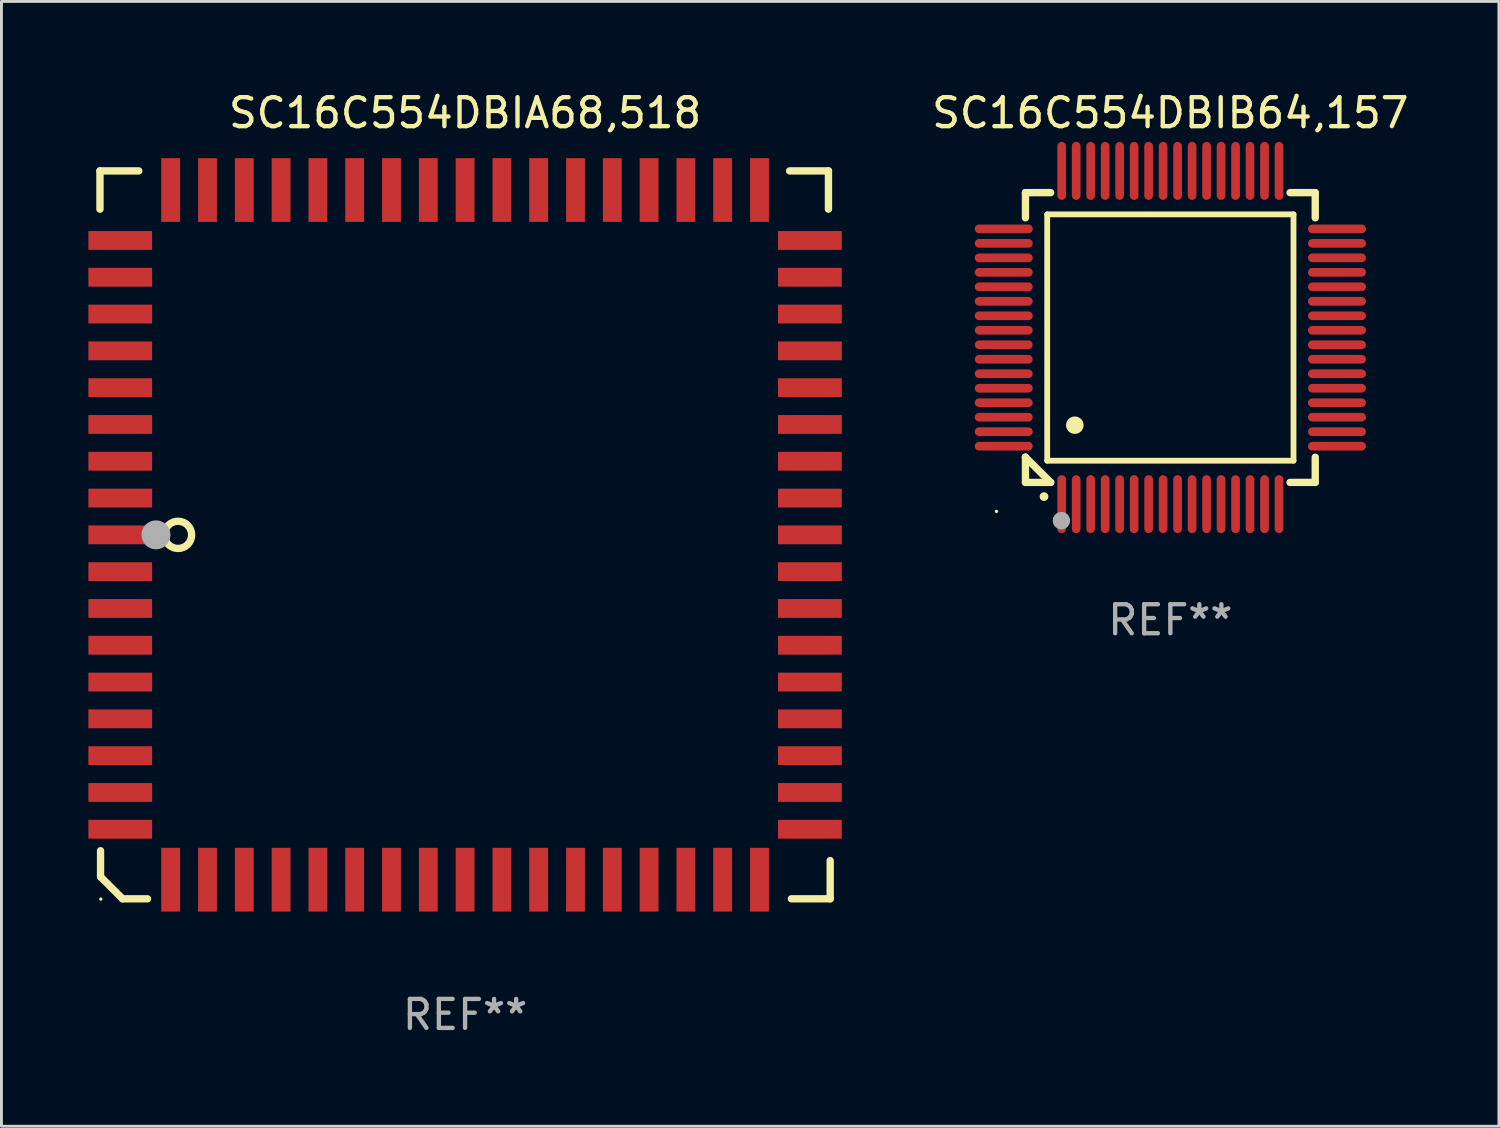
<source format=kicad_pcb>
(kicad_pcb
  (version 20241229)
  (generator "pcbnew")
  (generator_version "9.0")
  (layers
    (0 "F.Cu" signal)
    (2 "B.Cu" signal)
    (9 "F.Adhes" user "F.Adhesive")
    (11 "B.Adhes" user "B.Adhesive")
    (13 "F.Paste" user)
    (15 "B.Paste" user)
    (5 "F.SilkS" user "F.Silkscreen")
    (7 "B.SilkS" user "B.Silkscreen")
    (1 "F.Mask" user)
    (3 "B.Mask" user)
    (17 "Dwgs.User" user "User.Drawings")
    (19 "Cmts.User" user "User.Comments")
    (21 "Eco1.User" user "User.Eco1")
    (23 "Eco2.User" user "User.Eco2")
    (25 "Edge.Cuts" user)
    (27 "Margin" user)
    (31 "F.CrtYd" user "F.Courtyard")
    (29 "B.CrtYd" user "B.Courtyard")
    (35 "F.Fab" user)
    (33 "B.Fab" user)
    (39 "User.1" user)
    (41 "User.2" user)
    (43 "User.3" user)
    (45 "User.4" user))
  (footprint "SC16C554DBIB64,157"
    (layer "F.Cu")
    (at 37.339 8.598)
    (property "Reference" "SC16C554DBIB64,157" (at 0 -7.75 0) (layer "F.SilkS") (effects (font (size 1 1) (thickness 0.15))))
    (attr through_hole)
    (fp_line (start -5 -5) (end -4.131 -5) (stroke (width 0.254) (type solid)) (layer "F.SilkS"))
    (fp_line (start -5 -4.131) (end -5 -5) (stroke (width 0.254) (type solid)) (layer "F.SilkS"))
    (fp_line (start -5 4.131) (end -5 4.131) (stroke (width 0.254) (type solid)) (layer "F.SilkS"))
    (fp_line (start -5 5) (end -5 4.131) (stroke (width 0.254) (type solid)) (layer "F.SilkS"))
    (fp_line (start -5 4.131) (end -4.131 5) (stroke (width 0.254) (type solid)) (layer "F.SilkS"))
    (fp_line (start -4.25 -4.25) (end -4.25 4.25) (stroke (width 0.2) (type solid)) (layer "F.SilkS"))
    (fp_line (start -4.25 4.25) (end 4.25 4.25) (stroke (width 0.2) (type solid)) (layer "F.SilkS"))
    (fp_line (start -4.131 5) (end -5 5) (stroke (width 0.254) (type solid)) (layer "F.SilkS"))
    (fp_line (start 4.25 -4.25) (end -4.25 -4.25) (stroke (width 0.2) (type solid)) (layer "F.SilkS"))
    (fp_line (start 4.25 4.25) (end 4.25 -4.25) (stroke (width 0.2) (type solid)) (layer "F.SilkS"))
    (fp_line (start 5 -5) (end 4.131 -5) (stroke (width 0.254) (type solid)) (layer "F.SilkS"))
    (fp_line (start 5 -5) (end 5 -4.131) (stroke (width 0.254) (type solid)) (layer "F.SilkS"))
    (fp_line (start 5 4.131) (end 5 5) (stroke (width 0.254) (type solid)) (layer "F.SilkS"))
    (fp_line (start 5 5) (end 4.131 5) (stroke (width 0.254) (type solid)) (layer "F.SilkS"))
    (fp_arc (start -4.361265 5.489992) (mid -4.359995 5.489987) (end -4.358725 5.489992) (stroke (width 0.3) (type solid)) (layer "F.SilkS"))
    (fp_arc (start -3.299467 3.025146) (mid -3.296927 3.025135) (end -3.294387 3.025146) (stroke (width 0.6) (type solid)) (layer "F.SilkS"))
    (fp_circle (center -6 6) (end -5.97 6) (stroke (width 0.06) (type solid)) (fill no) (layer "F.SilkS"))
    (fp_circle (center -3.76 6.32) (end -3.61 6.32) (stroke (width 0.3) (type solid)) (fill no) (layer "F.Fab"))
    (fp_text user "REF**" (at 0 9.75 0) (layer "F.Fab") (effects (font (size 1 1) (thickness 0.15))))
    (pad "1" smd oval (at -3.75 5.75) (size 0.3 2) (layers "F.Cu" "F.Mask" "F.Paste"))
    (pad "2" smd oval (at -3.25 5.75) (size 0.3 2) (layers "F.Cu" "F.Mask" "F.Paste"))
    (pad "3" smd oval (at -2.75 5.75) (size 0.3 2) (layers "F.Cu" "F.Mask" "F.Paste"))
    (pad "4" smd oval (at -2.25 5.75) (size 0.3 2) (layers "F.Cu" "F.Mask" "F.Paste"))
    (pad "5" smd oval (at -1.75 5.75) (size 0.3 2) (layers "F.Cu" "F.Mask" "F.Paste"))
    (pad "6" smd oval (at -1.25 5.75) (size 0.3 2) (layers "F.Cu" "F.Mask" "F.Paste"))
    (pad "7" smd oval (at -0.75 5.75) (size 0.3 2) (layers "F.Cu" "F.Mask" "F.Paste"))
    (pad "8" smd oval (at -0.25 5.75) (size 0.3 2) (layers "F.Cu" "F.Mask" "F.Paste"))
    (pad "9" smd oval (at 0.25 5.75) (size 0.3 2) (layers "F.Cu" "F.Mask" "F.Paste"))
    (pad "10" smd oval (at 0.75 5.75) (size 0.3 2) (layers "F.Cu" "F.Mask" "F.Paste"))
    (pad "11" smd oval (at 1.25 5.75) (size 0.3 2) (layers "F.Cu" "F.Mask" "F.Paste"))
    (pad "12" smd oval (at 1.75 5.75) (size 0.3 2) (layers "F.Cu" "F.Mask" "F.Paste"))
    (pad "13" smd oval (at 2.25 5.75) (size 0.3 2) (layers "F.Cu" "F.Mask" "F.Paste"))
    (pad "14" smd oval (at 2.75 5.75) (size 0.3 2) (layers "F.Cu" "F.Mask" "F.Paste"))
    (pad "15" smd oval (at 3.25 5.75) (size 0.3 2) (layers "F.Cu" "F.Mask" "F.Paste"))
    (pad "16" smd oval (at 3.75 5.75) (size 0.3 2) (layers "F.Cu" "F.Mask" "F.Paste"))
    (pad "17" smd oval (at 5.75 3.75) (size 2 0.3) (layers "F.Cu" "F.Mask" "F.Paste"))
    (pad "18" smd oval (at 5.75 3.25) (size 2 0.3) (layers "F.Cu" "F.Mask" "F.Paste"))
    (pad "19" smd oval (at 5.75 2.75) (size 2 0.3) (layers "F.Cu" "F.Mask" "F.Paste"))
    (pad "20" smd oval (at 5.75 2.25) (size 2 0.3) (layers "F.Cu" "F.Mask" "F.Paste"))
    (pad "21" smd oval (at 5.75 1.75) (size 2 0.3) (layers "F.Cu" "F.Mask" "F.Paste"))
    (pad "22" smd oval (at 5.75 1.25) (size 2 0.3) (layers "F.Cu" "F.Mask" "F.Paste"))
    (pad "23" smd oval (at 5.75 0.75) (size 2 0.3) (layers "F.Cu" "F.Mask" "F.Paste"))
    (pad "24" smd oval (at 5.75 0.25) (size 2 0.3) (layers "F.Cu" "F.Mask" "F.Paste"))
    (pad "25" smd oval (at 5.75 -0.25) (size 2 0.3) (layers "F.Cu" "F.Mask" "F.Paste"))
    (pad "26" smd oval (at 5.75 -0.75) (size 2 0.3) (layers "F.Cu" "F.Mask" "F.Paste"))
    (pad "27" smd oval (at 5.75 -1.25) (size 2 0.3) (layers "F.Cu" "F.Mask" "F.Paste"))
    (pad "28" smd oval (at 5.75 -1.75) (size 2 0.3) (layers "F.Cu" "F.Mask" "F.Paste"))
    (pad "29" smd oval (at 5.75 -2.25) (size 2 0.3) (layers "F.Cu" "F.Mask" "F.Paste"))
    (pad "30" smd oval (at 5.75 -2.75) (size 2 0.3) (layers "F.Cu" "F.Mask" "F.Paste"))
    (pad "31" smd oval (at 5.75 -3.25) (size 2 0.3) (layers "F.Cu" "F.Mask" "F.Paste"))
    (pad "32" smd oval (at 5.75 -3.75) (size 2 0.3) (layers "F.Cu" "F.Mask" "F.Paste"))
    (pad "33" smd oval (at 3.75 -5.75) (size 0.3 2) (layers "F.Cu" "F.Mask" "F.Paste"))
    (pad "34" smd oval (at 3.25 -5.75) (size 0.3 2) (layers "F.Cu" "F.Mask" "F.Paste"))
    (pad "35" smd oval (at 2.75 -5.75) (size 0.3 2) (layers "F.Cu" "F.Mask" "F.Paste"))
    (pad "36" smd oval (at 2.25 -5.75) (size 0.3 2) (layers "F.Cu" "F.Mask" "F.Paste"))
    (pad "37" smd oval (at 1.75 -5.75) (size 0.3 2) (layers "F.Cu" "F.Mask" "F.Paste"))
    (pad "38" smd oval (at 1.25 -5.75) (size 0.3 2) (layers "F.Cu" "F.Mask" "F.Paste"))
    (pad "39" smd oval (at 0.75 -5.75) (size 0.3 2) (layers "F.Cu" "F.Mask" "F.Paste"))
    (pad "40" smd oval (at 0.25 -5.75) (size 0.3 2) (layers "F.Cu" "F.Mask" "F.Paste"))
    (pad "41" smd oval (at -0.25 -5.75) (size 0.3 2) (layers "F.Cu" "F.Mask" "F.Paste"))
    (pad "42" smd oval (at -0.75 -5.75) (size 0.3 2) (layers "F.Cu" "F.Mask" "F.Paste"))
    (pad "43" smd oval (at -1.25 -5.75) (size 0.3 2) (layers "F.Cu" "F.Mask" "F.Paste"))
    (pad "44" smd oval (at -1.75 -5.75) (size 0.3 2) (layers "F.Cu" "F.Mask" "F.Paste"))
    (pad "45" smd oval (at -2.25 -5.75) (size 0.3 2) (layers "F.Cu" "F.Mask" "F.Paste"))
    (pad "46" smd oval (at -2.75 -5.75) (size 0.3 2) (layers "F.Cu" "F.Mask" "F.Paste"))
    (pad "47" smd oval (at -3.25 -5.75) (size 0.3 2) (layers "F.Cu" "F.Mask" "F.Paste"))
    (pad "48" smd oval (at -3.75 -5.75) (size 0.3 2) (layers "F.Cu" "F.Mask" "F.Paste"))
    (pad "49" smd oval (at -5.75 -3.75) (size 2 0.3) (layers "F.Cu" "F.Mask" "F.Paste"))
    (pad "50" smd oval (at -5.75 -3.25) (size 2 0.3) (layers "F.Cu" "F.Mask" "F.Paste"))
    (pad "51" smd oval (at -5.75 -2.75) (size 2 0.3) (layers "F.Cu" "F.Mask" "F.Paste"))
    (pad "52" smd oval (at -5.75 -2.25) (size 2 0.3) (layers "F.Cu" "F.Mask" "F.Paste"))
    (pad "53" smd oval (at -5.75 -1.75) (size 2 0.3) (layers "F.Cu" "F.Mask" "F.Paste"))
    (pad "54" smd oval (at -5.75 -1.25) (size 2 0.3) (layers "F.Cu" "F.Mask" "F.Paste"))
    (pad "55" smd oval (at -5.75 -0.75) (size 2 0.3) (layers "F.Cu" "F.Mask" "F.Paste"))
    (pad "56" smd oval (at -5.75 -0.25) (size 2 0.3) (layers "F.Cu" "F.Mask" "F.Paste"))
    (pad "57" smd oval (at -5.75 0.25) (size 2 0.3) (layers "F.Cu" "F.Mask" "F.Paste"))
    (pad "58" smd oval (at -5.75 0.75) (size 2 0.3) (layers "F.Cu" "F.Mask" "F.Paste"))
    (pad "59" smd oval (at -5.75 1.25) (size 2 0.3) (layers "F.Cu" "F.Mask" "F.Paste"))
    (pad "60" smd oval (at -5.75 1.75) (size 2 0.3) (layers "F.Cu" "F.Mask" "F.Paste"))
    (pad "61" smd oval (at -5.75 2.25) (size 2 0.3) (layers "F.Cu" "F.Mask" "F.Paste"))
    (pad "62" smd oval (at -5.75 2.75) (size 2 0.3) (layers "F.Cu" "F.Mask" "F.Paste"))
    (pad "63" smd oval (at -5.75 3.25) (size 2 0.3) (layers "F.Cu" "F.Mask" "F.Paste"))
    (pad "64" smd oval (at -5.75 3.75) (size 2 0.3) (layers "F.Cu" "F.Mask" "F.Paste")))
  (footprint "SC16C554DBIA68,518"
    (layer "F.Cu")
    (at 13 15.408)
    (property "Reference" "SC16C554DBIA68,518" (at 0 -14.56 0) (layer "F.SilkS") (effects (font (size 1 1) (thickness 0.15))))
    (attr through_hole)
    (fp_line (start -12.6 -12.56) (end -12.6 -11.24) (stroke (width 0.254) (type solid)) (layer "F.SilkS"))
    (fp_line (start -12.58 10.9) (end -12.58 11.8) (stroke (width 0.254) (type solid)) (layer "F.SilkS"))
    (fp_line (start -12.58 11.8) (end -11.82 12.56) (stroke (width 0.254) (type solid)) (layer "F.SilkS"))
    (fp_line (start -11.82 12.56) (end -10.96 12.56) (stroke (width 0.254) (type solid)) (layer "F.SilkS"))
    (fp_line (start -11.26 -12.56) (end -12.6 -12.56) (stroke (width 0.254) (type solid)) (layer "F.SilkS"))
    (fp_line (start 11.2 -12.56) (end 12.54 -12.56) (stroke (width 0.254) (type solid)) (layer "F.SilkS"))
    (fp_line (start 11.26 12.56) (end 12.6 12.56) (stroke (width 0.254) (type solid)) (layer "F.SilkS"))
    (fp_line (start 12.54 -12.56) (end 12.54 -11.24) (stroke (width 0.254) (type solid)) (layer "F.SilkS"))
    (fp_line (start 12.6 12.56) (end 12.6 11.24) (stroke (width 0.254) (type solid)) (layer "F.SilkS"))
    (fp_circle (center -12.57 12.57) (end -12.54 12.57) (stroke (width 0.06) (type solid)) (fill no) (layer "F.SilkS"))
    (fp_circle (center -9.906 0) (end -9.436 0) (stroke (width 0.254) (type solid)) (fill no) (layer "F.SilkS"))
    (fp_circle (center -10.668 0) (end -10.418 0) (stroke (width 0.5) (type solid)) (fill no) (layer "F.Fab"))
    (fp_text user "REF**" (at 0 16.56 0) (layer "F.Fab") (effects (font (size 1 1) (thickness 0.15))))
    (pad "1" smd rect (at -11.9 -0.000076 270) (size 0.65 2.2) (layers "F.Cu" "F.Mask" "F.Paste"))
    (pad "2" smd rect (at -11.9 1.27 270) (size 0.65 2.2) (layers "F.Cu" "F.Mask" "F.Paste"))
    (pad "3" smd rect (at -11.9 2.54 270) (size 0.65 2.2) (layers "F.Cu" "F.Mask" "F.Paste"))
    (pad "4" smd rect (at -11.9 3.81 270) (size 0.65 2.2) (layers "F.Cu" "F.Mask" "F.Paste"))
    (pad "5" smd rect (at -11.9 5.08 270) (size 0.65 2.2) (layers "F.Cu" "F.Mask" "F.Paste"))
    (pad "6" smd rect (at -11.9 6.35 270) (size 0.65 2.2) (layers "F.Cu" "F.Mask" "F.Paste"))
    (pad "7" smd rect (at -11.9 7.62 270) (size 0.65 2.2) (layers "F.Cu" "F.Mask" "F.Paste"))
    (pad "8" smd rect (at -11.9 8.89 270) (size 0.65 2.2) (layers "F.Cu" "F.Mask" "F.Paste"))
    (pad "9" smd rect (at -11.9 10.16 270) (size 0.65 2.2) (layers "F.Cu" "F.Mask" "F.Paste"))
    (pad "10" smd rect (at -10.16 11.9 270) (size 2.2 0.65) (layers "F.Cu" "F.Mask" "F.Paste"))
    (pad "11" smd rect (at -8.89 11.9 270) (size 2.2 0.65) (layers "F.Cu" "F.Mask" "F.Paste"))
    (pad "12" smd rect (at -7.62 11.9 270) (size 2.2 0.65) (layers "F.Cu" "F.Mask" "F.Paste"))
    (pad "13" smd rect (at -6.35 11.9 270) (size 2.2 0.65) (layers "F.Cu" "F.Mask" "F.Paste"))
    (pad "14" smd rect (at -5.08 11.9 270) (size 2.2 0.65) (layers "F.Cu" "F.Mask" "F.Paste"))
    (pad "15" smd rect (at -3.81 11.9 270) (size 2.2 0.65) (layers "F.Cu" "F.Mask" "F.Paste"))
    (pad "16" smd rect (at -2.54 11.9 270) (size 2.2 0.65) (layers "F.Cu" "F.Mask" "F.Paste"))
    (pad "17" smd rect (at -1.27 11.9 270) (size 2.2 0.65) (layers "F.Cu" "F.Mask" "F.Paste"))
    (pad "18" smd rect (at 0 11.9 270) (size 2.2 0.65) (layers "F.Cu" "F.Mask" "F.Paste"))
    (pad "19" smd rect (at 1.27 11.9 270) (size 2.2 0.65) (layers "F.Cu" "F.Mask" "F.Paste"))
    (pad "20" smd rect (at 2.54 11.9 270) (size 2.2 0.65) (layers "F.Cu" "F.Mask" "F.Paste"))
    (pad "21" smd rect (at 3.81 11.9 270) (size 2.2 0.65) (layers "F.Cu" "F.Mask" "F.Paste"))
    (pad "22" smd rect (at 5.08 11.9 270) (size 2.2 0.65) (layers "F.Cu" "F.Mask" "F.Paste"))
    (pad "23" smd rect (at 6.35 11.9 270) (size 2.2 0.65) (layers "F.Cu" "F.Mask" "F.Paste"))
    (pad "24" smd rect (at 7.62 11.9 270) (size 2.2 0.65) (layers "F.Cu" "F.Mask" "F.Paste"))
    (pad "25" smd rect (at 8.89 11.9 270) (size 2.2 0.65) (layers "F.Cu" "F.Mask" "F.Paste"))
    (pad "26" smd rect (at 10.16 11.9 270) (size 2.2 0.65) (layers "F.Cu" "F.Mask" "F.Paste"))
    (pad "27" smd rect (at 11.9 10.16 270) (size 0.65 2.2) (layers "F.Cu" "F.Mask" "F.Paste"))
    (pad "28" smd rect (at 11.9 8.89 270) (size 0.65 2.2) (layers "F.Cu" "F.Mask" "F.Paste"))
    (pad "29" smd rect (at 11.9 7.62 270) (size 0.65 2.2) (layers "F.Cu" "F.Mask" "F.Paste"))
    (pad "30" smd rect (at 11.9 6.35 270) (size 0.65 2.2) (layers "F.Cu" "F.Mask" "F.Paste"))
    (pad "31" smd rect (at 11.9 5.08 270) (size 0.65 2.2) (layers "F.Cu" "F.Mask" "F.Paste"))
    (pad "32" smd rect (at 11.9 3.81 270) (size 0.65 2.2) (layers "F.Cu" "F.Mask" "F.Paste"))
    (pad "33" smd rect (at 11.9 2.54 270) (size 0.65 2.2) (layers "F.Cu" "F.Mask" "F.Paste"))
    (pad "34" smd rect (at 11.9 1.27 270) (size 0.65 2.2) (layers "F.Cu" "F.Mask" "F.Paste"))
    (pad "35" smd rect (at 11.9 -0.000076 270) (size 0.65 2.2) (layers "F.Cu" "F.Mask" "F.Paste"))
    (pad "36" smd rect (at 11.9 -1.27 270) (size 0.65 2.2) (layers "F.Cu" "F.Mask" "F.Paste"))
    (pad "37" smd rect (at 11.9 -2.54 270) (size 0.65 2.2) (layers "F.Cu" "F.Mask" "F.Paste"))
    (pad "38" smd rect (at 11.9 -3.81 270) (size 0.65 2.2) (layers "F.Cu" "F.Mask" "F.Paste"))
    (pad "39" smd rect (at 11.9 -5.08 270) (size 0.65 2.2) (layers "F.Cu" "F.Mask" "F.Paste"))
    (pad "40" smd rect (at 11.9 -6.35 270) (size 0.65 2.2) (layers "F.Cu" "F.Mask" "F.Paste"))
    (pad "41" smd rect (at 11.9 -7.62 270) (size 0.65 2.2) (layers "F.Cu" "F.Mask" "F.Paste"))
    (pad "42" smd rect (at 11.9 -8.89 270) (size 0.65 2.2) (layers "F.Cu" "F.Mask" "F.Paste"))
    (pad "43" smd rect (at 11.9 -10.16 270) (size 0.65 2.2) (layers "F.Cu" "F.Mask" "F.Paste"))
    (pad "44" smd rect (at 10.16 -11.9 270) (size 2.2 0.65) (layers "F.Cu" "F.Mask" "F.Paste"))
    (pad "45" smd rect (at 8.89 -11.9 270) (size 2.2 0.65) (layers "F.Cu" "F.Mask" "F.Paste"))
    (pad "46" smd rect (at 7.62 -11.9 270) (size 2.2 0.65) (layers "F.Cu" "F.Mask" "F.Paste"))
    (pad "47" smd rect (at 6.35 -11.9 270) (size 2.2 0.65) (layers "F.Cu" "F.Mask" "F.Paste"))
    (pad "48" smd rect (at 5.08 -11.9 270) (size 2.2 0.65) (layers "F.Cu" "F.Mask" "F.Paste"))
    (pad "49" smd rect (at 3.81 -11.9 270) (size 2.2 0.65) (layers "F.Cu" "F.Mask" "F.Paste"))
    (pad "50" smd rect (at 2.54 -11.9 270) (size 2.2 0.65) (layers "F.Cu" "F.Mask" "F.Paste"))
    (pad "51" smd rect (at 1.27 -11.9 270) (size 2.2 0.65) (layers "F.Cu" "F.Mask" "F.Paste"))
    (pad "52" smd rect (at 0 -11.9 270) (size 2.2 0.65) (layers "F.Cu" "F.Mask" "F.Paste"))
    (pad "53" smd rect (at -1.27 -11.9 270) (size 2.2 0.65) (layers "F.Cu" "F.Mask" "F.Paste"))
    (pad "54" smd rect (at -2.54 -11.9 270) (size 2.2 0.65) (layers "F.Cu" "F.Mask" "F.Paste"))
    (pad "55" smd rect (at -3.81 -11.9 270) (size 2.2 0.65) (layers "F.Cu" "F.Mask" "F.Paste"))
    (pad "56" smd rect (at -5.08 -11.9 270) (size 2.2 0.65) (layers "F.Cu" "F.Mask" "F.Paste"))
    (pad "57" smd rect (at -6.35 -11.9 270) (size 2.2 0.65) (layers "F.Cu" "F.Mask" "F.Paste"))
    (pad "58" smd rect (at -7.62 -11.9 270) (size 2.2 0.65) (layers "F.Cu" "F.Mask" "F.Paste"))
    (pad "59" smd rect (at -8.89 -11.9 270) (size 2.2 0.65) (layers "F.Cu" "F.Mask" "F.Paste"))
    (pad "60" smd rect (at -10.16 -11.9 270) (size 2.2 0.65) (layers "F.Cu" "F.Mask" "F.Paste"))
    (pad "61" smd rect (at -11.9 -10.16 270) (size 0.65 2.2) (layers "F.Cu" "F.Mask" "F.Paste"))
    (pad "62" smd rect (at -11.9 -8.89 270) (size 0.65 2.2) (layers "F.Cu" "F.Mask" "F.Paste"))
    (pad "63" smd rect (at -11.9 -7.62 270) (size 0.65 2.2) (layers "F.Cu" "F.Mask" "F.Paste"))
    (pad "64" smd rect (at -11.9 -6.35 270) (size 0.65 2.2) (layers "F.Cu" "F.Mask" "F.Paste"))
    (pad "65" smd rect (at -11.9 -5.08 270) (size 0.65 2.2) (layers "F.Cu" "F.Mask" "F.Paste"))
    (pad "66" smd rect (at -11.9 -3.81 270) (size 0.65 2.2) (layers "F.Cu" "F.Mask" "F.Paste"))
    (pad "67" smd rect (at -11.9 -2.54 270) (size 0.65 2.2) (layers "F.Cu" "F.Mask" "F.Paste"))
    (pad "68" smd rect (at -11.9 -1.27 270) (size 0.65 2.2) (layers "F.Cu" "F.Mask" "F.Paste")))
  (gr_rect
    (start -3 -3)
    (end 48.678 35.816)
    (stroke (width 0.1) (type default))
    (fill no)
    (layer "Edge.Cuts")))
</source>
